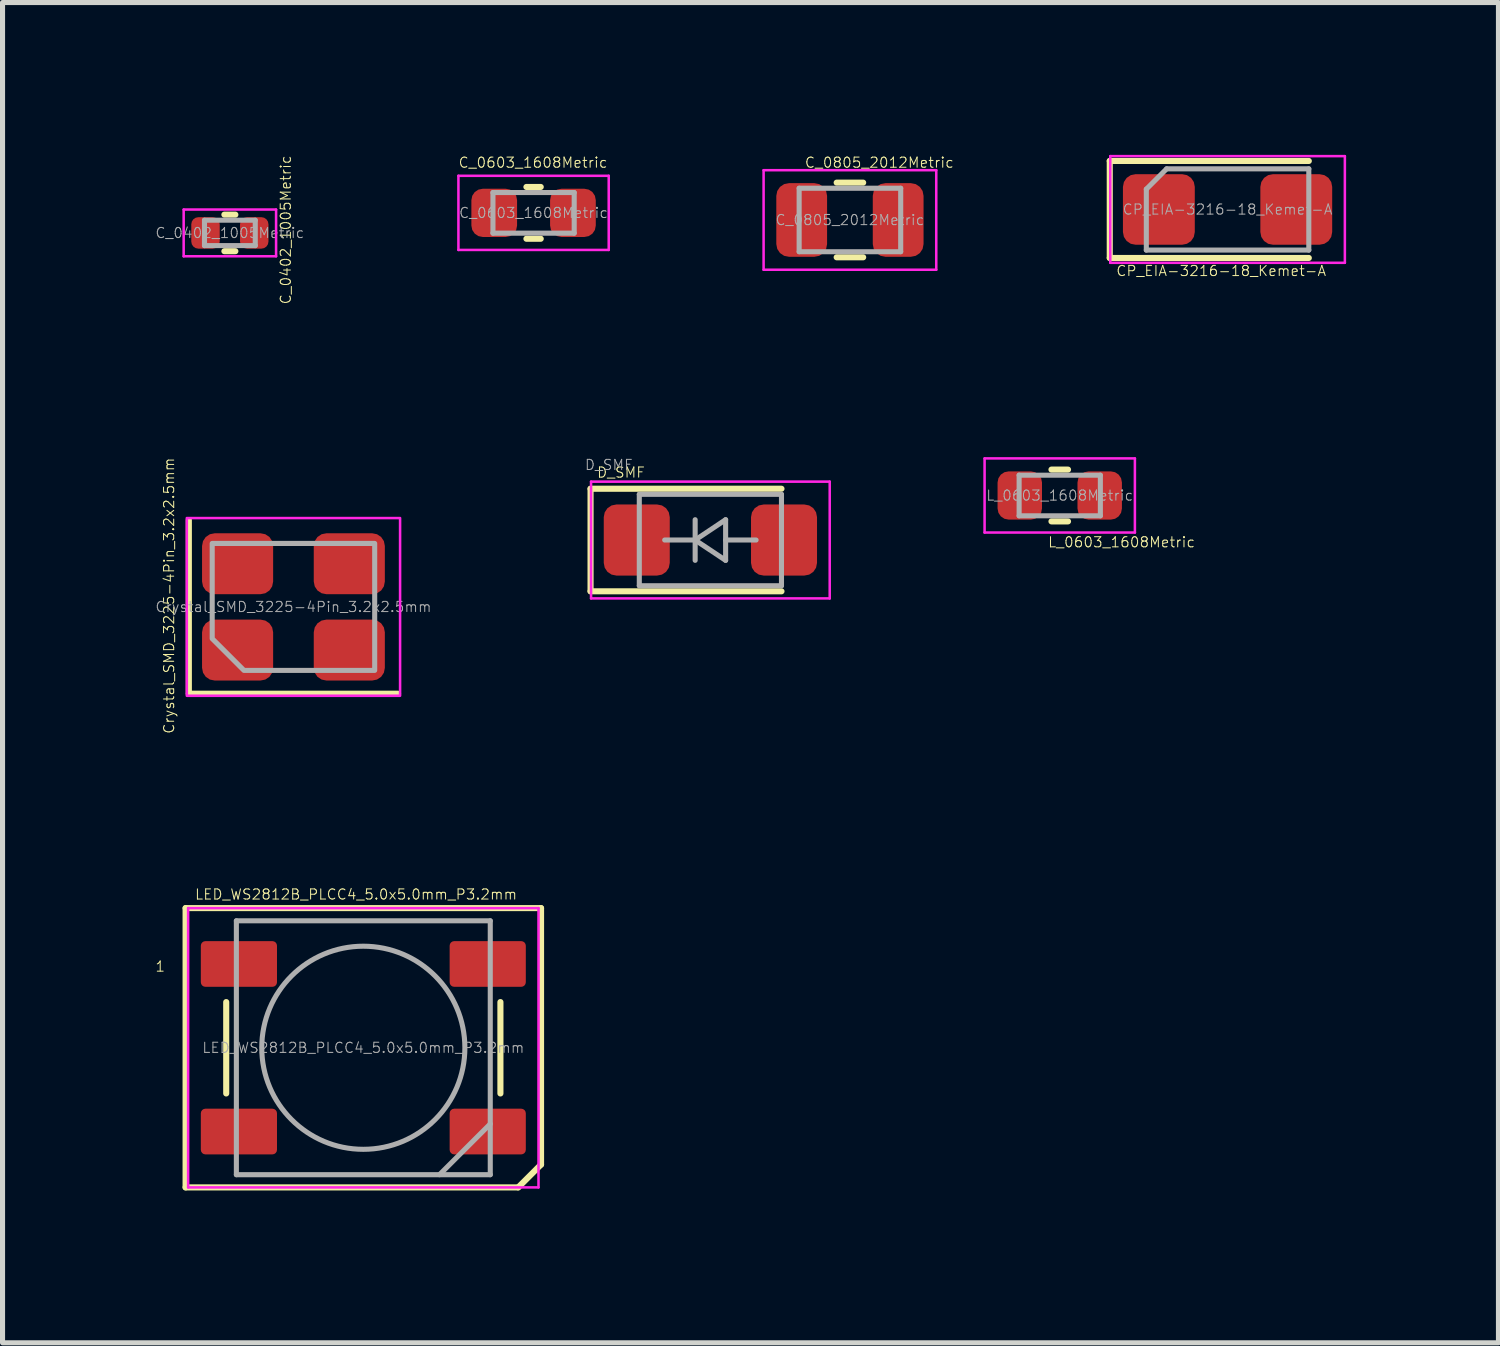
<source format=kicad_pcb>
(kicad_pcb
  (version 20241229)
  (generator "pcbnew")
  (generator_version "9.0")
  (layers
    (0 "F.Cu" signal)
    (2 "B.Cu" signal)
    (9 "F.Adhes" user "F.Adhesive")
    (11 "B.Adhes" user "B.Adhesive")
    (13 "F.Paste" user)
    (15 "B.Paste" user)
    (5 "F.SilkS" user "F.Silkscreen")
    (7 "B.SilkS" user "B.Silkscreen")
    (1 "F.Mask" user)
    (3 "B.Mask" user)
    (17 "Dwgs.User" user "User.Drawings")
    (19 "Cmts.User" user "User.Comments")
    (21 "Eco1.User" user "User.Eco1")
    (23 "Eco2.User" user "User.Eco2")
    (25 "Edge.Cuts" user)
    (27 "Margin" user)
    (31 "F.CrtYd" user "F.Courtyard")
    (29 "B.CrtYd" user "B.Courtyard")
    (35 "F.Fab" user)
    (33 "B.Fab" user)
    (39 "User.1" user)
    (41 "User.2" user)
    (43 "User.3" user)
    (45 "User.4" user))
  (footprint "LED_WS2812B_PLCC4_5.0x5.0mm_P3.2mm"
    (layer "F.Cu")
    (at 4.105 17.584)
    (property "Reference" "LED_WS2812B_PLCC4_5.0x5.0mm_P3.2mm" (at -0.143 -3.02 0) (layer "F.SilkS") (effects (font (size 0.2 0.2) (thickness 0.02))))
    (attr smd)
    (fp_line (start -3.5 -2.75) (end -3.5 2.75) (stroke (width 0.12) (type default)) (layer "F.SilkS"))
    (fp_line (start -3.5 -2.75) (end 3.5 -2.75) (stroke (width 0.12) (type solid)) (layer "F.SilkS"))
    (fp_line (start -3.5 2.75) (end 3.05 2.75) (stroke (width 0.12) (type solid)) (layer "F.SilkS"))
    (fp_line (start -2.7 0.9) (end -2.7 -0.9) (stroke (width 0.12) (type default)) (layer "F.SilkS"))
    (fp_line (start 2.7 0.9) (end 2.7 -0.9) (stroke (width 0.12) (type default)) (layer "F.SilkS"))
    (fp_line (start 3.05 2.75) (end 3.5 2.3) (stroke (width 0.12) (type default)) (layer "F.SilkS"))
    (fp_line (start 3.5 2.3) (end 3.5 -2.75) (stroke (width 0.12) (type default)) (layer "F.SilkS"))
    (fp_line (start -3.45 -2.75) (end -3.45 2.75) (stroke (width 0.05) (type solid)) (layer "F.CrtYd"))
    (fp_line (start -3.45 2.75) (end 3.45 2.75) (stroke (width 0.05) (type solid)) (layer "F.CrtYd"))
    (fp_line (start 3.45 -2.75) (end -3.45 -2.75) (stroke (width 0.05) (type solid)) (layer "F.CrtYd"))
    (fp_line (start 3.45 2.75) (end 3.45 -2.75) (stroke (width 0.05) (type solid)) (layer "F.CrtYd"))
    (fp_line (start -2.5 -2.5) (end -2.5 2.5) (stroke (width 0.1) (type solid)) (layer "F.Fab"))
    (fp_line (start -2.5 2.5) (end 2.5 2.5) (stroke (width 0.1) (type solid)) (layer "F.Fab"))
    (fp_line (start 2.5 -2.5) (end -2.5 -2.5) (stroke (width 0.1) (type solid)) (layer "F.Fab"))
    (fp_line (start 2.5 1.5) (end 1.5 2.5) (stroke (width 0.1) (type solid)) (layer "F.Fab"))
    (fp_line (start 2.5 2.5) (end 2.5 -2.5) (stroke (width 0.1) (type solid)) (layer "F.Fab"))
    (fp_circle (center 0 0) (end 0 -2) (stroke (width 0.1) (type solid)) (fill no) (layer "F.Fab"))
    (fp_text user "1" (at -4 -1.6 0) (unlocked yes) (layer "F.SilkS") (effects (font (size 0.2 0.2) (thickness 0.02))))
    (fp_text user "${REFERENCE}" (at 0 0 0) (layer "F.Fab") (effects (font (size 0.2 0.2) (thickness 0.02))))
    (pad "1" smd roundrect (at -2.45 -1.65) (size 1.5 0.9) (layers "F.Cu" "F.Mask" "F.Paste") (roundrect_rratio 0.1))
    (pad "2" smd roundrect (at -2.45 1.65) (size 1.5 0.9) (layers "F.Cu" "F.Mask" "F.Paste") (roundrect_rratio 0.1))
    (pad "3" smd roundrect (at 2.45 1.65) (size 1.5 0.9) (layers "F.Cu" "F.Mask" "F.Paste") (roundrect_rratio 0.1))
    (pad "4" smd roundrect (at 2.45 -1.65) (size 1.5 0.9) (layers "F.Cu" "F.Mask" "F.Paste") (roundrect_rratio 0.1)))
  (footprint "C_0805_2012Metric"
    (layer "F.Cu")
    (at 13.688 1.282)
    (property "Reference" "C_0805_2012Metric" (at 0.58 -1.13 0) (layer "F.SilkS") (effects (font (size 0.2 0.2) (thickness 0.02))))
    (attr smd)
    (fp_line (start -0.261 -0.735) (end 0.261 -0.735) (stroke (width 0.12) (type solid)) (layer "F.SilkS"))
    (fp_line (start -0.261 0.735) (end 0.261 0.735) (stroke (width 0.12) (type solid)) (layer "F.SilkS"))
    (fp_line (start -1.7 -0.98) (end 1.7 -0.98) (stroke (width 0.05) (type solid)) (layer "F.CrtYd"))
    (fp_line (start -1.7 0.98) (end -1.7 -0.98) (stroke (width 0.05) (type solid)) (layer "F.CrtYd"))
    (fp_line (start 1.7 -0.98) (end 1.7 0.98) (stroke (width 0.05) (type solid)) (layer "F.CrtYd"))
    (fp_line (start 1.7 0.98) (end -1.7 0.98) (stroke (width 0.05) (type solid)) (layer "F.CrtYd"))
    (fp_line (start -1 -0.625) (end 1 -0.625) (stroke (width 0.1) (type solid)) (layer "F.Fab"))
    (fp_line (start -1 0.625) (end -1 -0.625) (stroke (width 0.1) (type solid)) (layer "F.Fab"))
    (fp_line (start 1 -0.625) (end 1 0.625) (stroke (width 0.1) (type solid)) (layer "F.Fab"))
    (fp_line (start 1 0.625) (end -1 0.625) (stroke (width 0.1) (type solid)) (layer "F.Fab"))
    (fp_text user "${REFERENCE}" (at 0 0 0) (layer "F.Fab") (effects (font (size 0.2 0.2) (thickness 0.02))))
    (pad "1" smd roundrect (at -0.95 0) (size 1 1.45) (layers "F.Cu" "F.Mask" "F.Paste") (roundrect_rratio 0.25))
    (pad "2" smd roundrect (at 0.95 0) (size 1 1.45) (layers "F.Cu" "F.Mask" "F.Paste") (roundrect_rratio 0.25)))
  (footprint "Crystal_SMD_3225-4Pin_3.2x2.5mm"
    (layer "F.Cu")
    (at 2.729 8.902)
    (property "Reference" "Crystal_SMD_3225-4Pin_3.2x2.5mm" (at -2.45 -0.22 90) (layer "F.SilkS") (effects (font (size 0.2 0.2) (thickness 0.02))))
    (attr smd)
    (fp_line (start -2.06 -1.71) (end -2.06 1.71) (stroke (width 0.12) (type solid)) (layer "F.SilkS"))
    (fp_line (start -2.06 1.71) (end 2.06 1.71) (stroke (width 0.12) (type solid)) (layer "F.SilkS"))
    (fp_rect (start -2.1 -1.75) (end 2.1 1.75) (stroke (width 0.05) (type solid)) (fill no) (layer "F.CrtYd"))
    (fp_poly (pts (xy -1.6 -1.25) (xy -1.6 0.625) (xy -0.975 1.25) (xy 1.6 1.25) (xy 1.6 -1.25)) (stroke (width 0.1) (type solid)) (fill no) (layer "F.Fab"))
    (fp_text user "${REFERENCE}" (at 0 0 0) (layer "F.Fab") (effects (font (size 0.2 0.2) (thickness 0.02))))
    (pad "1" smd roundrect (at -1.1 0.85) (size 1.4 1.2) (layers "F.Cu" "F.Mask" "F.Paste") (roundrect_rratio 0.208))
    (pad "2" smd roundrect (at 1.1 0.85) (size 1.4 1.2) (layers "F.Cu" "F.Mask" "F.Paste") (roundrect_rratio 0.208))
    (pad "3" smd roundrect (at 1.1 -0.85) (size 1.4 1.2) (layers "F.Cu" "F.Mask" "F.Paste") (roundrect_rratio 0.208))
    (pad "4" smd roundrect (at -1.1 -0.85) (size 1.4 1.2) (layers "F.Cu" "F.Mask" "F.Paste") (roundrect_rratio 0.208)))
  (footprint "L_0603_1608Metric"
    (layer "F.Cu")
    (at 17.82 6.708)
    (property "Reference" "L_0603_1608Metric" (at 1.218 0.92 180) (layer "F.SilkS") (effects (font (size 0.2 0.2) (thickness 0.02))))
    (attr smd)
    (fp_line (start -0.163 -0.51) (end 0.163 -0.51) (stroke (width 0.12) (type solid)) (layer "F.SilkS"))
    (fp_line (start -0.163 0.51) (end 0.163 0.51) (stroke (width 0.12) (type solid)) (layer "F.SilkS"))
    (fp_line (start -1.48 -0.73) (end 1.48 -0.73) (stroke (width 0.05) (type solid)) (layer "F.CrtYd"))
    (fp_line (start -1.48 0.73) (end -1.48 -0.73) (stroke (width 0.05) (type solid)) (layer "F.CrtYd"))
    (fp_line (start 1.48 -0.73) (end 1.48 0.73) (stroke (width 0.05) (type solid)) (layer "F.CrtYd"))
    (fp_line (start 1.48 0.73) (end -1.48 0.73) (stroke (width 0.05) (type solid)) (layer "F.CrtYd"))
    (fp_line (start -0.8 -0.4) (end 0.8 -0.4) (stroke (width 0.1) (type solid)) (layer "F.Fab"))
    (fp_line (start -0.8 0.4) (end -0.8 -0.4) (stroke (width 0.1) (type solid)) (layer "F.Fab"))
    (fp_line (start 0.8 -0.4) (end 0.8 0.4) (stroke (width 0.1) (type solid)) (layer "F.Fab"))
    (fp_line (start 0.8 0.4) (end -0.8 0.4) (stroke (width 0.1) (type solid)) (layer "F.Fab"))
    (fp_text user "${REFERENCE}" (at 0 0 180) (layer "F.Fab") (effects (font (size 0.2 0.2) (thickness 0.02))))
    (pad "1" smd roundrect (at -0.787 0) (size 0.875 0.95) (layers "F.Cu" "F.Mask" "F.Paste") (roundrect_rratio 0.25))
    (pad "2" smd roundrect (at 0.787 0) (size 0.875 0.95) (layers "F.Cu" "F.Mask" "F.Paste") (roundrect_rratio 0.25)))
  (footprint "D_SMF"
    (layer "F.Cu")
    (at 10.94 7.585)
    (property "Reference" "D_SMF" (at -1.76 -1.33 0) (layer "F.SilkS") (effects (font (size 0.2 0.2) (thickness 0.02))))
    (attr smd)
    (fp_line (start -2.36 -1.01) (end -2.36 1.01) (stroke (width 0.12) (type solid)) (layer "F.SilkS"))
    (fp_line (start -2.36 -1.01) (end 1.4 -1.01) (stroke (width 0.12) (type solid)) (layer "F.SilkS"))
    (fp_line (start -2.36 1.01) (end 1.4 1.01) (stroke (width 0.12) (type solid)) (layer "F.SilkS"))
    (fp_line (start -2.35 -1.15) (end 2.35 -1.15) (stroke (width 0.05) (type solid)) (layer "F.CrtYd"))
    (fp_line (start -2.35 1.15) (end -2.35 -1.15) (stroke (width 0.05) (type solid)) (layer "F.CrtYd"))
    (fp_line (start 2.35 -1.15) (end 2.35 1.15) (stroke (width 0.05) (type solid)) (layer "F.CrtYd"))
    (fp_line (start 2.35 1.15) (end -2.35 1.15) (stroke (width 0.05) (type solid)) (layer "F.CrtYd"))
    (fp_line (start -1.4 0.9) (end -1.4 -0.9) (stroke (width 0.1) (type solid)) (layer "F.Fab"))
    (fp_line (start -0.3 -0.4) (end -0.3 0.4) (stroke (width 0.1) (type solid)) (layer "F.Fab"))
    (fp_line (start -0.3 0) (end -0.9 0) (stroke (width 0.1) (type solid)) (layer "F.Fab"))
    (fp_line (start -0.3 0) (end 0.3 -0.4) (stroke (width 0.1) (type solid)) (layer "F.Fab"))
    (fp_line (start -0.3 0.001) (end 0.3 0.4) (stroke (width 0.1) (type solid)) (layer "F.Fab"))
    (fp_line (start 0.3 0) (end 0.9 0) (stroke (width 0.1) (type solid)) (layer "F.Fab"))
    (fp_line (start 0.3 0.4) (end 0.3 -0.4) (stroke (width 0.1) (type solid)) (layer "F.Fab"))
    (fp_line (start 1.4 -0.9) (end -1.4 -0.9) (stroke (width 0.1) (type solid)) (layer "F.Fab"))
    (fp_line (start 1.4 -0.9) (end 1.4 0.9) (stroke (width 0.1) (type solid)) (layer "F.Fab"))
    (fp_line (start 1.4 0.9) (end -1.4 0.9) (stroke (width 0.1) (type solid)) (layer "F.Fab"))
    (fp_text user "${REFERENCE}" (at -2 -1.48 0) (layer "F.Fab") (effects (font (size 0.2 0.2) (thickness 0.02))))
    (pad "1" smd roundrect (at -1.45 0) (size 1.3 1.4) (layers "F.Cu" "F.Mask" "F.Paste") (roundrect_rratio 0.192))
    (pad "2" smd roundrect (at 1.45 0) (size 1.3 1.4) (layers "F.Cu" "F.Mask" "F.Paste") (roundrect_rratio 0.192)))
  (footprint "C_0402_1005Metric"
    (layer "F.Cu")
    (at 1.477 1.537)
    (property "Reference" "C_0402_1005Metric" (at 1.1 -0.06 270) (layer "F.SilkS") (effects (font (size 0.2 0.2) (thickness 0.02))))
    (attr smd)
    (fp_line (start -0.108 -0.36) (end 0.108 -0.36) (stroke (width 0.12) (type solid)) (layer "F.SilkS"))
    (fp_line (start -0.108 0.36) (end 0.108 0.36) (stroke (width 0.12) (type solid)) (layer "F.SilkS"))
    (fp_line (start -0.91 -0.46) (end 0.91 -0.46) (stroke (width 0.05) (type solid)) (layer "F.CrtYd"))
    (fp_line (start -0.91 0.46) (end -0.91 -0.46) (stroke (width 0.05) (type solid)) (layer "F.CrtYd"))
    (fp_line (start 0.91 -0.46) (end 0.91 0.46) (stroke (width 0.05) (type solid)) (layer "F.CrtYd"))
    (fp_line (start 0.91 0.46) (end -0.91 0.46) (stroke (width 0.05) (type solid)) (layer "F.CrtYd"))
    (fp_line (start -0.5 -0.25) (end 0.5 -0.25) (stroke (width 0.1) (type solid)) (layer "F.Fab"))
    (fp_line (start -0.5 0.25) (end -0.5 -0.25) (stroke (width 0.1) (type solid)) (layer "F.Fab"))
    (fp_line (start 0.5 -0.25) (end 0.5 0.25) (stroke (width 0.1) (type solid)) (layer "F.Fab"))
    (fp_line (start 0.5 0.25) (end -0.5 0.25) (stroke (width 0.1) (type solid)) (layer "F.Fab"))
    (fp_text user "${REFERENCE}" (at 0 0 180) (layer "F.Fab") (effects (font (size 0.2 0.2) (thickness 0.02))))
    (pad "1" smd roundrect (at -0.48 0) (size 0.56 0.62) (layers "F.Cu" "F.Mask" "F.Paste") (roundrect_rratio 0.25))
    (pad "2" smd roundrect (at 0.48 0) (size 0.56 0.62) (layers "F.Cu" "F.Mask" "F.Paste") (roundrect_rratio 0.25)))
  (footprint "C_0603_1608Metric"
    (layer "F.Cu")
    (at 7.458 1.142)
    (property "Reference" "C_0603_1608Metric" (at -0.01 -0.99 180) (layer "F.SilkS") (effects (font (size 0.2 0.2) (thickness 0.02))))
    (attr smd)
    (fp_line (start -0.141 -0.51) (end 0.141 -0.51) (stroke (width 0.12) (type solid)) (layer "F.SilkS"))
    (fp_line (start -0.141 0.51) (end 0.141 0.51) (stroke (width 0.12) (type solid)) (layer "F.SilkS"))
    (fp_line (start -1.48 -0.73) (end 1.48 -0.73) (stroke (width 0.05) (type solid)) (layer "F.CrtYd"))
    (fp_line (start -1.48 0.73) (end -1.48 -0.73) (stroke (width 0.05) (type solid)) (layer "F.CrtYd"))
    (fp_line (start 1.48 -0.73) (end 1.48 0.73) (stroke (width 0.05) (type solid)) (layer "F.CrtYd"))
    (fp_line (start 1.48 0.73) (end -1.48 0.73) (stroke (width 0.05) (type solid)) (layer "F.CrtYd"))
    (fp_line (start -0.8 -0.4) (end 0.8 -0.4) (stroke (width 0.1) (type solid)) (layer "F.Fab"))
    (fp_line (start -0.8 0.4) (end -0.8 -0.4) (stroke (width 0.1) (type solid)) (layer "F.Fab"))
    (fp_line (start 0.8 -0.4) (end 0.8 0.4) (stroke (width 0.1) (type solid)) (layer "F.Fab"))
    (fp_line (start 0.8 0.4) (end -0.8 0.4) (stroke (width 0.1) (type solid)) (layer "F.Fab"))
    (fp_text user "${REFERENCE}" (at 0 0 180) (layer "F.Fab") (effects (font (size 0.2 0.2) (thickness 0.02))))
    (pad "1" smd roundrect (at -0.775 0) (size 0.9 0.95) (layers "F.Cu" "F.Mask" "F.Paste") (roundrect_rratio 0.25))
    (pad "2" smd roundrect (at 0.775 0) (size 0.9 0.95) (layers "F.Cu" "F.Mask" "F.Paste") (roundrect_rratio 0.25)))
  (footprint "CP_EIA-3216-18_Kemet-A"
    (layer "F.Cu")
    (at 21.125 1.075)
    (property "Reference" "CP_EIA-3216-18_Kemet-A" (at -0.125 1.21 0) (layer "F.SilkS") (effects (font (size 0.2 0.2) (thickness 0.02))))
    (attr smd)
    (fp_line (start -2.32 -0.955) (end -2.32 0.955) (stroke (width 0.12) (type solid)) (layer "F.SilkS"))
    (fp_line (start -2.32 0.955) (end 1.6 0.955) (stroke (width 0.12) (type solid)) (layer "F.SilkS"))
    (fp_line (start 1.6 -0.955) (end -2.32 -0.955) (stroke (width 0.12) (type solid)) (layer "F.SilkS"))
    (fp_line (start -2.31 -1.05) (end 2.31 -1.05) (stroke (width 0.05) (type solid)) (layer "F.CrtYd"))
    (fp_line (start -2.31 1.05) (end -2.31 -1.05) (stroke (width 0.05) (type solid)) (layer "F.CrtYd"))
    (fp_line (start 2.31 -1.05) (end 2.31 1.05) (stroke (width 0.05) (type solid)) (layer "F.CrtYd"))
    (fp_line (start 2.31 1.05) (end -2.31 1.05) (stroke (width 0.05) (type solid)) (layer "F.CrtYd"))
    (fp_line (start -1.6 -0.4) (end -1.6 0.8) (stroke (width 0.1) (type solid)) (layer "F.Fab"))
    (fp_line (start -1.6 0.8) (end 1.6 0.8) (stroke (width 0.1) (type solid)) (layer "F.Fab"))
    (fp_line (start -1.2 -0.8) (end -1.6 -0.4) (stroke (width 0.1) (type solid)) (layer "F.Fab"))
    (fp_line (start 1.6 -0.8) (end -1.2 -0.8) (stroke (width 0.1) (type solid)) (layer "F.Fab"))
    (fp_line (start 1.6 0.8) (end 1.6 -0.8) (stroke (width 0.1) (type solid)) (layer "F.Fab"))
    (fp_text user "${REFERENCE}" (at 0 0 0) (layer "F.Fab") (effects (font (size 0.2 0.2) (thickness 0.02))))
    (pad "1" smd roundrect (at -1.353 0) (size 1.415 1.39) (layers "F.Cu" "F.Mask" "F.Paste") (roundrect_rratio 0.18))
    (pad "2" smd roundrect (at 1.353 0) (size 1.415 1.39) (layers "F.Cu" "F.Mask" "F.Paste") (roundrect_rratio 0.18)))
  (gr_rect
    (start -3 -3)
    (end 26.46 23.394)
    (stroke (width 0.1) (type default))
    (fill no)
    (layer "Edge.Cuts")))
</source>
